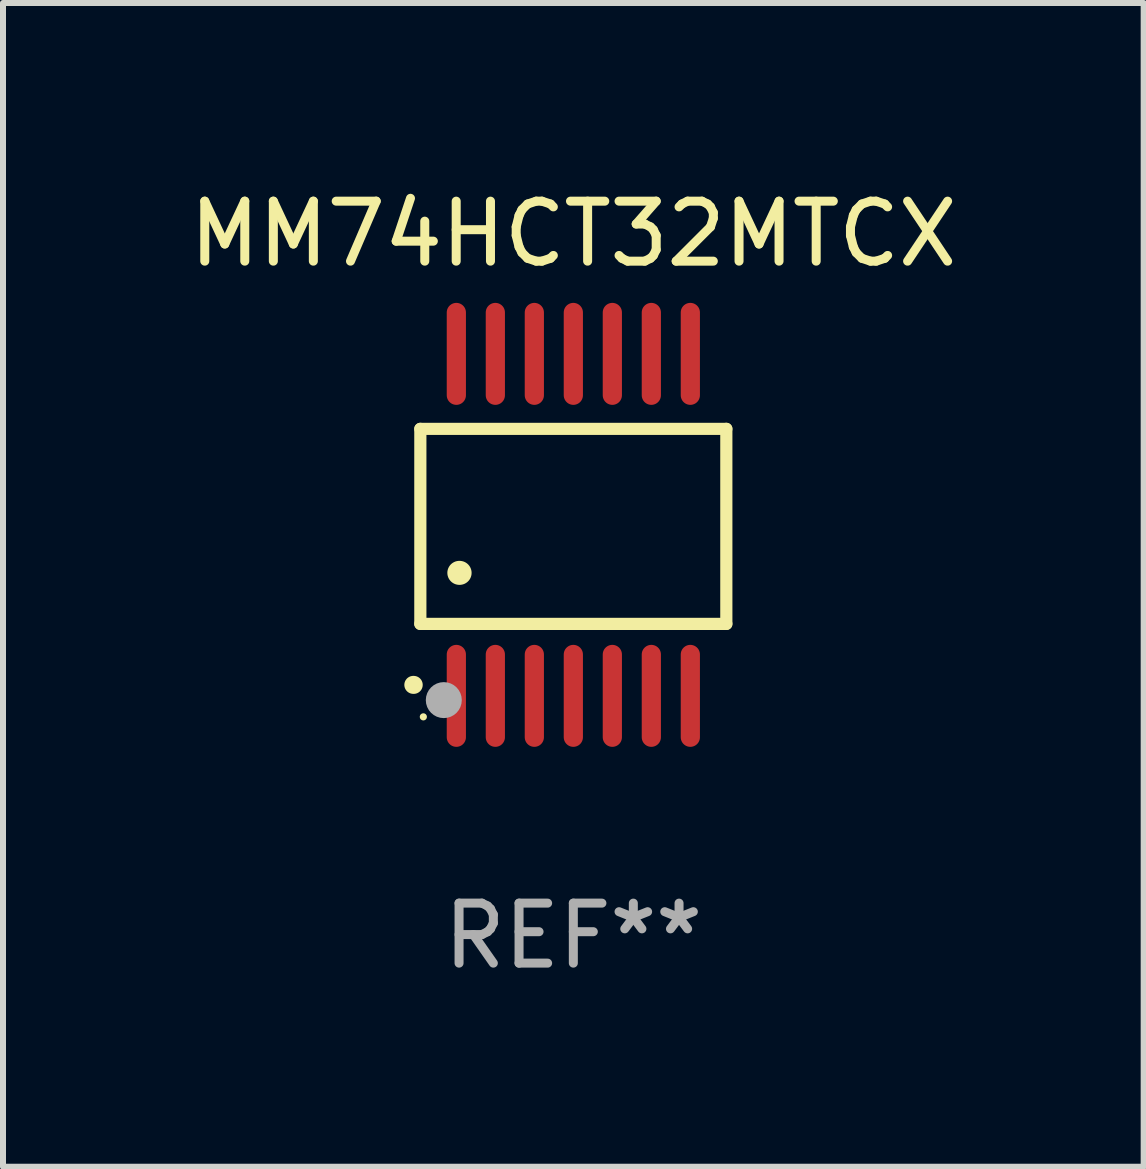
<source format=kicad_pcb>
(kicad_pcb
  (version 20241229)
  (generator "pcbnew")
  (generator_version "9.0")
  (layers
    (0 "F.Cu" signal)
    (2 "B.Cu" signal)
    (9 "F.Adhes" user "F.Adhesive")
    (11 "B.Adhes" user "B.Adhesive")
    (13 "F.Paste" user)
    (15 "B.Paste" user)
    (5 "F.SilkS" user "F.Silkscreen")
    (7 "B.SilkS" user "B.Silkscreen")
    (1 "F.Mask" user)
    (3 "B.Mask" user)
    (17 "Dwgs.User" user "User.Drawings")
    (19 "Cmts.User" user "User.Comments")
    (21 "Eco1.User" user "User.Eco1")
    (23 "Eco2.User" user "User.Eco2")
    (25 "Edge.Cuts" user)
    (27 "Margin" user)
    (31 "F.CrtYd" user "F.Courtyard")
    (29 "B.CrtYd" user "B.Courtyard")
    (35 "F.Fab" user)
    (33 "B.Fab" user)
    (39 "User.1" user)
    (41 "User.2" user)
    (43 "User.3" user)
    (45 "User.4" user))
  (footprint "MM74HCT32MTCX"
    (layer "F.Cu")
    (at 6.506 5.698)
    (property "Reference" "MM74HCT32MTCX" (at 0 -4.85 0) (layer "F.SilkS") (effects (font (size 1 1) (thickness 0.15))))
    (attr through_hole)
    (fp_line (start -2.55 -1.6) (end 2.55 -1.6) (stroke (width 0.203) (type solid)) (layer "F.SilkS"))
    (fp_line (start -2.55 1.651) (end -2.55 -1.6) (stroke (width 0.203) (type solid)) (layer "F.SilkS"))
    (fp_line (start 2.55 -1.6) (end 2.55 1.651) (stroke (width 0.203) (type solid)) (layer "F.SilkS"))
    (fp_line (start 2.55 1.651) (end -2.55 1.651) (stroke (width 0.203) (type solid)) (layer "F.SilkS"))
    (fp_arc (start -2.667005 2.667005) (mid -2.663677 2.667046) (end -2.66035 2.667157) (stroke (width 0.3) (type solid)) (layer "F.SilkS"))
    (fp_arc (start -1.9 0.8) (mid -1.897803 0.800014) (end -1.895606 0.800051) (stroke (width 0.4) (type solid)) (layer "F.SilkS"))
    (fp_circle (center -2.5 3.2) (end -2.47 3.2) (stroke (width 0.06) (type solid)) (fill no) (layer "F.SilkS"))
    (fp_circle (center -2.159 2.921) (end -2.009 2.921) (stroke (width 0.3) (type solid)) (fill no) (layer "F.Fab"))
    (fp_text user "REF**" (at 0 6.85 0) (layer "F.Fab") (effects (font (size 1 1) (thickness 0.15))))
    (pad "1" smd oval (at -1.95 2.85 180) (size 0.32 1.7) (layers "F.Cu" "F.Mask" "F.Paste"))
    (pad "2" smd oval (at -1.3 2.85 180) (size 0.32 1.7) (layers "F.Cu" "F.Mask" "F.Paste"))
    (pad "3" smd oval (at -0.65 2.85 180) (size 0.32 1.7) (layers "F.Cu" "F.Mask" "F.Paste"))
    (pad "4" smd oval (at 0 2.85 180) (size 0.32 1.7) (layers "F.Cu" "F.Mask" "F.Paste"))
    (pad "5" smd oval (at 0.65 2.85 180) (size 0.32 1.7) (layers "F.Cu" "F.Mask" "F.Paste"))
    (pad "6" smd oval (at 1.3 2.85 180) (size 0.32 1.7) (layers "F.Cu" "F.Mask" "F.Paste"))
    (pad "7" smd oval (at 1.95 2.85 180) (size 0.32 1.7) (layers "F.Cu" "F.Mask" "F.Paste"))
    (pad "8" smd oval (at 1.95 -2.85 180) (size 0.32 1.7) (layers "F.Cu" "F.Mask" "F.Paste"))
    (pad "9" smd oval (at 1.3 -2.85 180) (size 0.32 1.7) (layers "F.Cu" "F.Mask" "F.Paste"))
    (pad "10" smd oval (at 0.65 -2.85 180) (size 0.32 1.7) (layers "F.Cu" "F.Mask" "F.Paste"))
    (pad "11" smd oval (at 0 -2.85 180) (size 0.32 1.7) (layers "F.Cu" "F.Mask" "F.Paste"))
    (pad "12" smd oval (at -0.65 -2.85 180) (size 0.32 1.7) (layers "F.Cu" "F.Mask" "F.Paste"))
    (pad "13" smd oval (at -1.3 -2.85 180) (size 0.32 1.7) (layers "F.Cu" "F.Mask" "F.Paste"))
    (pad "14" smd oval (at -1.95 -2.85 180) (size 0.32 1.7) (layers "F.Cu" "F.Mask" "F.Paste")))
  (gr_rect
    (start -3 -3)
    (end 16.012 16.396)
    (stroke (width 0.1) (type default))
    (fill no)
    (layer "Edge.Cuts")))
</source>
